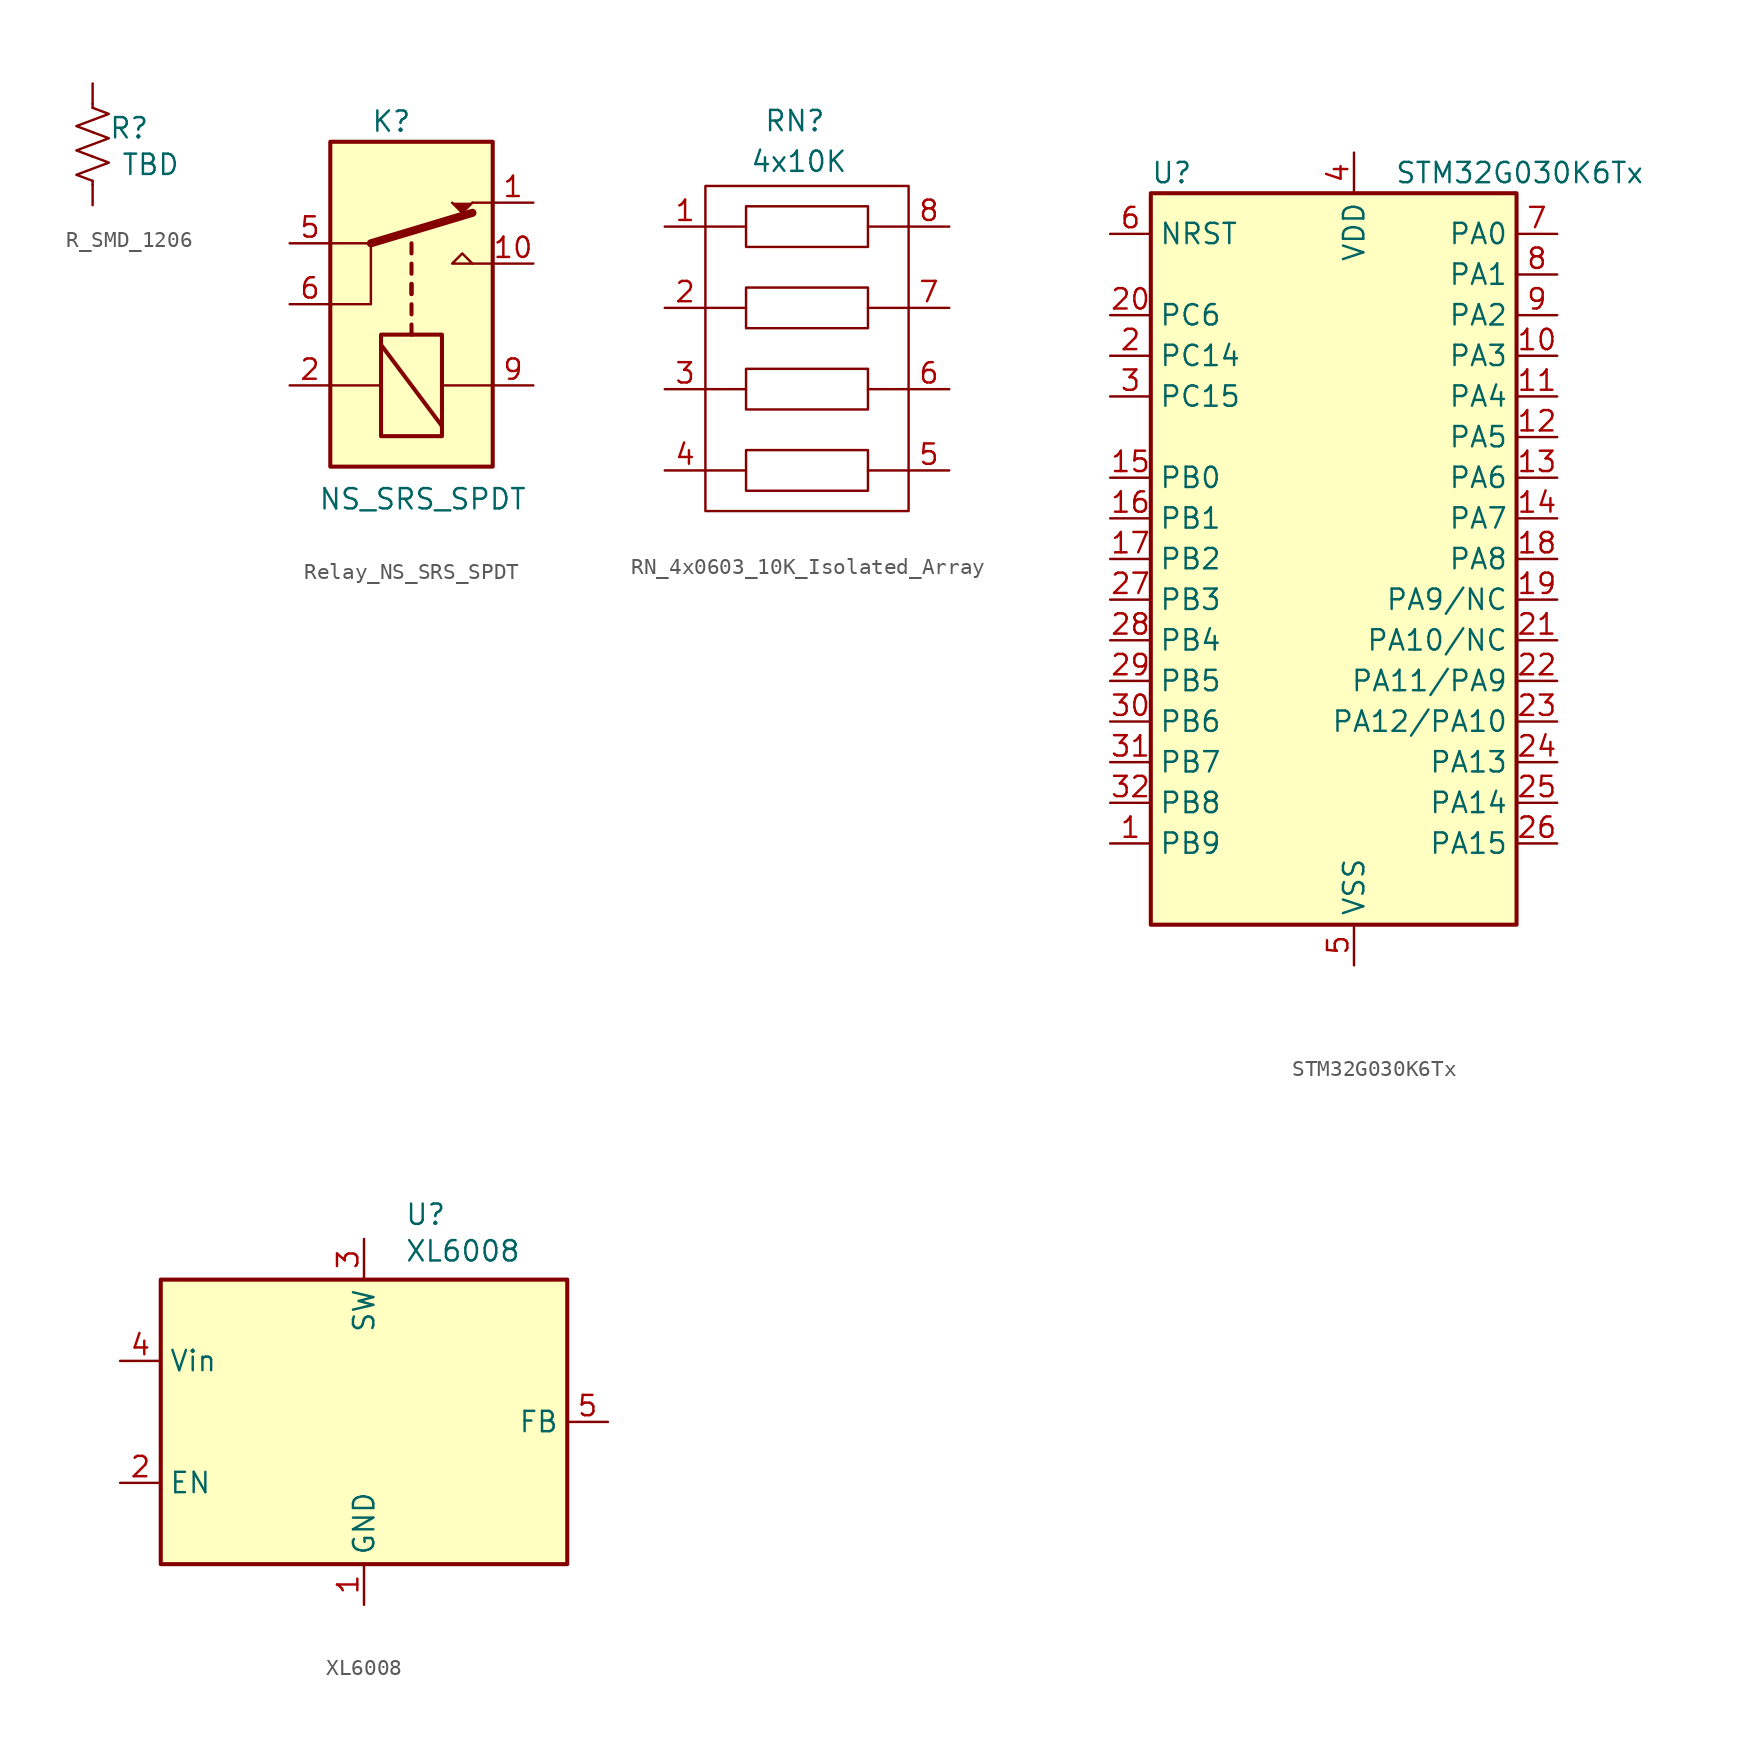
<source format=kicad_sym>
(kicad_symbol_lib
  (version 20241209)
  (generator "kicad_symbol_editor")
  (generator_version "9.0")
  (symbol "R_SMD_1206"
    (pin_numbers
      (hide yes))
    (pin_names
      (offset 0))
    (property "Reference" "R"
      (at 2.286 1.016 0)
      (effects (font (size 1.27 1.27))))
    (property "Value" "TBD"
      (at 1.778 -1.27 0)
      (effects (font (size 1.27 1.27)) (justify left)))
    (symbol "R_SMD_1206_0_1"
      (polyline (pts (xy 0 2.286) (xy 0 2.54)) (stroke (width 0) (type default)) (fill (type none)))
      (polyline (pts (xy 0 2.286) (xy 1.016 1.905) (xy 0 1.524) (xy -1.016 1.143) (xy 0 0.762)) (stroke (width 0) (type default)) (fill (type none)))
      (polyline (pts (xy 0 0.762) (xy 1.016 0.381) (xy 0 0) (xy -1.016 -0.381) (xy 0 -0.762)) (stroke (width 0) (type default)) (fill (type none)))
      (polyline (pts (xy 0 -0.762) (xy 1.016 -1.143) (xy 0 -1.524) (xy -1.016 -1.905) (xy 0 -2.286)) (stroke (width 0) (type default)) (fill (type none)))
      (polyline (pts (xy 0 -2.286) (xy 0 -2.54)) (stroke (width 0) (type default)) (fill (type none))))
    (symbol "R_SMD_1206_1_1"
      (pin passive line (at 0 3.81 270) (length 1.27) (name "~" (effects (font (size 1.27 1.27)))) (number "1" (effects (font (size 1.27 1.27)))))
      (pin passive line (at 0 -3.81 90) (length 1.27) (name "~" (effects (font (size 1.27 1.27)))) (number "2" (effects (font (size 1.27 1.27)))))))
  (symbol "Relay_NS_SRS_SPDT"
    (property "Reference" "K"
      (at 0 10.16 0)
      (effects (font (size 1.27 1.27)) (justify left)))
    (property "Value" "NS_SRS_SPDT"
      (at -3.302 -13.462 0)
      (effects (font (size 1.27 1.27)) (justify left)))
    (symbol "Relay_NS_SRS_SPDT_0_0"
      (polyline (pts (xy 6.35 5.08) (xy 7.62 5.08)) (stroke (width 0) (type default)) (fill (type none)))
      (polyline (pts (xy 6.35 1.27) (xy 7.62 1.27)) (stroke (width 0) (type default)) (fill (type none)))
      (polyline (pts (xy 6.35 1.27) (xy 5.08 1.27) (xy 5.715 1.905) (xy 6.35 1.27)) (stroke (width 0) (type default)) (fill (type none))))
    (symbol "Relay_NS_SRS_SPDT_0_1"
      (rectangle (start -2.54 8.89) (end 7.62 -11.43) (stroke (width 0.254) (type default)) (fill (type background)))
      (polyline (pts (xy -2.54 -1.27) (xy 0 -1.27) (xy 0 2.54)) (stroke (width 0) (type default)) (fill (type none)))
      (polyline (pts (xy -2.54 -6.35) (xy 0.635 -6.35)) (stroke (width 0) (type default)) (fill (type none)))
      (polyline (pts (xy 0 2.54) (xy -2.54 2.54)) (stroke (width 0) (type default)) (fill (type none)))
      (polyline (pts (xy 0 2.54) (xy 6.35 4.445)) (stroke (width 0.508) (type default)) (fill (type none)))
      (rectangle (start 0.635 -9.525) (end 4.445 -3.175) (stroke (width 0.254) (type default)) (fill (type none)))
      (polyline (pts (xy 2.54 1.905) (xy 2.54 2.54)) (stroke (width 0.254) (type default)) (fill (type none)))
      (polyline (pts (xy 2.54 0.635) (xy 2.54 1.27)) (stroke (width 0.254) (type default)) (fill (type none)))
      (polyline (pts (xy 2.54 -0.635) (xy 2.54 0)) (stroke (width 0.254) (type default)) (fill (type none)))
      (polyline (pts (xy 2.54 -0.635) (xy 2.54 0)) (stroke (width 0.254) (type default)) (fill (type none)))
      (polyline (pts (xy 2.54 -1.905) (xy 2.54 -1.27)) (stroke (width 0.254) (type default)) (fill (type none)))
      (polyline (pts (xy 2.54 -3.175) (xy 2.54 -2.54)) (stroke (width 0.254) (type default)) (fill (type none)))
      (polyline (pts (xy 4.445 -8.89) (xy 0.635 -3.81)) (stroke (width 0.254) (type default)) (fill (type none)))
      (polyline (pts (xy 5.08 5.08) (xy 5.715 4.445) (xy 6.35 5.08)) (stroke (width 0) (type default)) (fill (type outline)))
      (polyline (pts (xy 7.62 -6.35) (xy 4.445 -6.35)) (stroke (width 0) (type default)) (fill (type none))))
    (symbol "Relay_NS_SRS_SPDT_1_1"
      (pin passive line (at -5.08 2.54 0) (length 2.54) (name "~" (effects (font (size 1.27 1.27)))) (number "5" (effects (font (size 1.27 1.27)))))
      (pin passive line (at -5.08 -1.27 0) (length 2.54) (name "~" (effects (font (size 1.27 1.27)))) (number "6" (effects (font (size 1.27 1.27)))))
      (pin passive line (at -5.08 -6.35 0) (length 2.54) (name "~" (effects (font (size 1.27 1.27)))) (number "2" (effects (font (size 1.27 1.27)))))
      (pin passive line (at 10.16 5.08 180) (length 2.54) (name "~" (effects (font (size 1.27 1.27)))) (number "1" (effects (font (size 1.27 1.27)))))
      (pin passive line (at 10.16 1.27 180) (length 2.54) (name "~" (effects (font (size 1.27 1.27)))) (number "10" (effects (font (size 1.27 1.27)))))
      (pin passive line (at 10.16 -6.35 180) (length 2.54) (name "~" (effects (font (size 1.27 1.27)))) (number "9" (effects (font (size 1.27 1.27)))))))
  (symbol "RN_4x0603_10K_Isolated_Array"
    (pin_names
      (hide yes))
    (property "Reference" "RN"
      (at -4.572 21.844 0)
      (effects (font (size 1.27 1.27))))
    (property "Value" "4x10K"
      (at -4.318 19.304 0)
      (effects (font (size 1.27 1.27))))
    (symbol "RN_4x0603_10K_Isolated_Array_0_1"
      (rectangle (start -10.16 17.78) (end 2.54 -2.54) (stroke (width 0) (type default)) (fill (type none)))
      (rectangle (start -7.62 16.51) (end 0 13.97) (stroke (width 0) (type default)) (fill (type none)))
      (rectangle (start -7.62 15.24) (end -10.16 15.24) (stroke (width 0) (type default)) (fill (type none)))
      (rectangle (start -7.62 11.43) (end 0 8.89) (stroke (width 0) (type default)) (fill (type none)))
      (rectangle (start -7.62 10.16) (end -10.16 10.16) (stroke (width 0) (type default)) (fill (type none)))
      (rectangle (start -7.62 6.35) (end 0 3.81) (stroke (width 0) (type default)) (fill (type none)))
      (rectangle (start -7.62 5.08) (end -10.16 5.08) (stroke (width 0) (type default)) (fill (type none)))
      (rectangle (start -7.62 1.27) (end 0 -1.27) (stroke (width 0) (type default)) (fill (type none)))
      (rectangle (start -7.62 0) (end -10.16 0) (stroke (width 0) (type default)) (fill (type none)))
      (rectangle (start 0 15.24) (end 2.54 15.24) (stroke (width 0) (type default)) (fill (type none)))
      (rectangle (start 0 10.16) (end 2.54 10.16) (stroke (width 0) (type default)) (fill (type none)))
      (rectangle (start 0 5.08) (end 2.54 5.08) (stroke (width 0) (type default)) (fill (type none)))
      (rectangle (start 0 0) (end 2.54 0) (stroke (width 0) (type default)) (fill (type none))))
    (symbol "RN_4x0603_10K_Isolated_Array_1_1"
      (pin passive line (at -12.7 15.24 0) (length 2.54) (name "R1A" (effects (font (size 1.27 1.27)))) (number "1" (effects (font (size 1.27 1.27)))))
      (pin passive line (at -12.7 10.16 0) (length 2.54) (name "R2A" (effects (font (size 1.27 1.27)))) (number "2" (effects (font (size 1.27 1.27)))))
      (pin passive line (at -12.7 5.08 0) (length 2.54) (name "R3A" (effects (font (size 1.27 1.27)))) (number "3" (effects (font (size 1.27 1.27)))))
      (pin passive line (at -12.7 0 0) (length 2.54) (name "R4A" (effects (font (size 1.27 1.27)))) (number "4" (effects (font (size 1.27 1.27)))))
      (pin passive line (at 5.08 15.24 180) (length 2.54) (name "R1B" (effects (font (size 1.27 1.27)))) (number "8" (effects (font (size 1.27 1.27)))))
      (pin passive line (at 5.08 10.16 180) (length 2.54) (name "R2B" (effects (font (size 1.27 1.27)))) (number "7" (effects (font (size 1.27 1.27)))))
      (pin passive line (at 5.08 5.08 180) (length 2.54) (name "R3B" (effects (font (size 1.27 1.27)))) (number "6" (effects (font (size 1.27 1.27)))))
      (pin passive line (at 5.08 0 180) (length 2.54) (name "R4B" (effects (font (size 1.27 1.27)))) (number "5" (effects (font (size 1.27 1.27)))))))
  (symbol "STM32G030K6Tx"
    (property "Reference" "U"
      (at -10.16 24.13 0)
      (effects (font (size 1.27 1.27)) (justify left)))
    (property "Value" "STM32G030K6Tx"
      (at 5.08 24.13 0)
      (effects (font (size 1.27 1.27)) (justify left)))
    (property "ki_locked" ""
      (at 0 0 0)
      (effects (font (size 1.27 1.27))))
    (symbol "STM32G030K6Tx_0_1"
      (rectangle (start -10.16 -22.86) (end 12.7 22.86) (stroke (width 0.254) (type default)) (fill (type background))))
    (symbol "STM32G030K6Tx_1_1"
      (pin input line (at -12.7 20.32 0) (length 2.54) (name "NRST" (effects (font (size 1.27 1.27)))) (number "6" (effects (font (size 1.27 1.27)))))
      (pin bidirectional line (at -12.7 15.24 0) (length 2.54) (name "PC6" (effects (font (size 1.27 1.27)))) (number "20" (effects (font (size 1.27 1.27)))) (alternate "TIM3_CH1" bidirectional line))
      (pin bidirectional line (at -12.7 12.7 0) (length 2.54) (name "PC14" (effects (font (size 1.27 1.27)))) (number "2" (effects (font (size 1.27 1.27)))) (alternate "RCC_OSC32_IN" bidirectional line) (alternate "RCC_OSC_IN" bidirectional line) (alternate "TIM1_BK2" bidirectional line))
      (pin bidirectional line (at -12.7 10.16 0) (length 2.54) (name "PC15" (effects (font (size 1.27 1.27)))) (number "3" (effects (font (size 1.27 1.27)))) (alternate "RCC_OSC32_EN" bidirectional line) (alternate "RCC_OSC32_OUT" bidirectional line) (alternate "RCC_OSC_EN" bidirectional line))
      (pin bidirectional line (at -12.7 5.08 0) (length 2.54) (name "PB0" (effects (font (size 1.27 1.27)))) (number "15" (effects (font (size 1.27 1.27)))) (alternate "ADC1_IN8" bidirectional line) (alternate "I2S1_WS" bidirectional line) (alternate "SPI1_NSS" bidirectional line) (alternate "TIM1_CH2N" bidirectional line) (alternate "TIM3_CH3" bidirectional line))
      (pin bidirectional line (at -12.7 2.54 0) (length 2.54) (name "PB1" (effects (font (size 1.27 1.27)))) (number "16" (effects (font (size 1.27 1.27)))) (alternate "ADC1_IN9" bidirectional line) (alternate "TIM14_CH1" bidirectional line) (alternate "TIM1_CH3N" bidirectional line) (alternate "TIM3_CH4" bidirectional line))
      (pin bidirectional line (at -12.7 0 0) (length 2.54) (name "PB2" (effects (font (size 1.27 1.27)))) (number "17" (effects (font (size 1.27 1.27)))) (alternate "ADC1_IN10" bidirectional line) (alternate "SPI2_MISO" bidirectional line))
      (pin bidirectional line (at -12.7 -2.54 0) (length 2.54) (name "PB3" (effects (font (size 1.27 1.27)))) (number "27" (effects (font (size 1.27 1.27)))) (alternate "I2S1_CK" bidirectional line) (alternate "SPI1_SCK" bidirectional line) (alternate "TIM1_CH2" bidirectional line) (alternate "USART1_CK" bidirectional line) (alternate "USART1_DE" bidirectional line) (alternate "USART1_RTS" bidirectional line))
      (pin bidirectional line (at -12.7 -5.08 0) (length 2.54) (name "PB4" (effects (font (size 1.27 1.27)))) (number "28" (effects (font (size 1.27 1.27)))) (alternate "I2S1_MCK" bidirectional line) (alternate "SPI1_MISO" bidirectional line) (alternate "TIM17_BK" bidirectional line) (alternate "TIM3_CH1" bidirectional line) (alternate "USART1_CTS" bidirectional line) (alternate "USART1_NSS" bidirectional line))
      (pin bidirectional line (at -12.7 -7.62 0) (length 2.54) (name "PB5" (effects (font (size 1.27 1.27)))) (number "29" (effects (font (size 1.27 1.27)))) (alternate "I2C1_SMBA" bidirectional line) (alternate "I2S1_SD" bidirectional line) (alternate "SPI1_MOSI" bidirectional line) (alternate "SYS_WKUP6" bidirectional line) (alternate "TIM16_BK" bidirectional line) (alternate "TIM3_CH2" bidirectional line))
      (pin bidirectional line (at -12.7 -10.16 0) (length 2.54) (name "PB6" (effects (font (size 1.27 1.27)))) (number "30" (effects (font (size 1.27 1.27)))) (alternate "I2C1_SCL" bidirectional line) (alternate "SPI2_MISO" bidirectional line) (alternate "TIM16_CH1N" bidirectional line) (alternate "TIM1_CH3" bidirectional line) (alternate "USART1_TX" bidirectional line))
      (pin bidirectional line (at -12.7 -12.7 0) (length 2.54) (name "PB7" (effects (font (size 1.27 1.27)))) (number "31" (effects (font (size 1.27 1.27)))) (alternate "ADC1_IN11" bidirectional line) (alternate "I2C1_SDA" bidirectional line) (alternate "SPI2_MOSI" bidirectional line) (alternate "SYS_PVD_IN" bidirectional line) (alternate "TIM17_CH1N" bidirectional line) (alternate "USART1_RX" bidirectional line))
      (pin bidirectional line (at -12.7 -15.24 0) (length 2.54) (name "PB8" (effects (font (size 1.27 1.27)))) (number "32" (effects (font (size 1.27 1.27)))) (alternate "I2C1_SCL" bidirectional line) (alternate "SPI2_SCK" bidirectional line) (alternate "TIM16_CH1" bidirectional line))
      (pin bidirectional line (at -12.7 -17.78 0) (length 2.54) (name "PB9" (effects (font (size 1.27 1.27)))) (number "1" (effects (font (size 1.27 1.27)))) (alternate "I2C1_SDA" bidirectional line) (alternate "IR_OUT" bidirectional line) (alternate "SPI2_NSS" bidirectional line) (alternate "TIM17_CH1" bidirectional line))
      (pin power_in line (at 2.54 25.4 270) (length 2.54) (name "VDD" (effects (font (size 1.27 1.27)))) (number "4" (effects (font (size 1.27 1.27)))))
      (pin power_in line (at 2.54 -25.4 90) (length 2.54) (name "VSS" (effects (font (size 1.27 1.27)))) (number "5" (effects (font (size 1.27 1.27)))))
      (pin bidirectional line (at 15.24 20.32 180) (length 2.54) (name "PA0" (effects (font (size 1.27 1.27)))) (number "7" (effects (font (size 1.27 1.27)))) (alternate "ADC1_IN0" bidirectional line) (alternate "RTC_TAMP_IN2" bidirectional line) (alternate "SPI2_SCK" bidirectional line) (alternate "SYS_WKUP1" bidirectional line) (alternate "USART2_CTS" bidirectional line) (alternate "USART2_NSS" bidirectional line))
      (pin bidirectional line (at 15.24 17.78 180) (length 2.54) (name "PA1" (effects (font (size 1.27 1.27)))) (number "8" (effects (font (size 1.27 1.27)))) (alternate "ADC1_IN1" bidirectional line) (alternate "I2C1_SMBA" bidirectional line) (alternate "I2S1_CK" bidirectional line) (alternate "SPI1_SCK" bidirectional line) (alternate "USART2_CK" bidirectional line) (alternate "USART2_DE" bidirectional line) (alternate "USART2_RTS" bidirectional line))
      (pin bidirectional line (at 15.24 15.24 180) (length 2.54) (name "PA2" (effects (font (size 1.27 1.27)))) (number "9" (effects (font (size 1.27 1.27)))) (alternate "ADC1_IN2" bidirectional line) (alternate "I2S1_SD" bidirectional line) (alternate "RCC_LSCO" bidirectional line) (alternate "SPI1_MOSI" bidirectional line) (alternate "SYS_WKUP4" bidirectional line) (alternate "USART2_TX" bidirectional line))
      (pin bidirectional line (at 15.24 12.7 180) (length 2.54) (name "PA3" (effects (font (size 1.27 1.27)))) (number "10" (effects (font (size 1.27 1.27)))) (alternate "ADC1_IN3" bidirectional line) (alternate "SPI2_MISO" bidirectional line) (alternate "USART2_RX" bidirectional line))
      (pin bidirectional line (at 15.24 10.16 180) (length 2.54) (name "PA4" (effects (font (size 1.27 1.27)))) (number "11" (effects (font (size 1.27 1.27)))) (alternate "ADC1_IN4" bidirectional line) (alternate "I2S1_WS" bidirectional line) (alternate "RTC_OUT_ALARM" bidirectional line) (alternate "RTC_OUT_CALIB" bidirectional line) (alternate "RTC_TAMP_IN1" bidirectional line) (alternate "RTC_TS" bidirectional line) (alternate "SPI1_NSS" bidirectional line) (alternate "SPI2_MOSI" bidirectional line) (alternate "SYS_WKUP2" bidirectional line) (alternate "TIM14_CH1" bidirectional line))
      (pin bidirectional line (at 15.24 7.62 180) (length 2.54) (name "PA5" (effects (font (size 1.27 1.27)))) (number "12" (effects (font (size 1.27 1.27)))) (alternate "ADC1_IN5" bidirectional line) (alternate "I2S1_CK" bidirectional line) (alternate "SPI1_SCK" bidirectional line))
      (pin bidirectional line (at 15.24 5.08 180) (length 2.54) (name "PA6" (effects (font (size 1.27 1.27)))) (number "13" (effects (font (size 1.27 1.27)))) (alternate "ADC1_IN6" bidirectional line) (alternate "I2S1_MCK" bidirectional line) (alternate "SPI1_MISO" bidirectional line) (alternate "TIM16_CH1" bidirectional line) (alternate "TIM1_BK" bidirectional line) (alternate "TIM3_CH1" bidirectional line))
      (pin bidirectional line (at 15.24 2.54 180) (length 2.54) (name "PA7" (effects (font (size 1.27 1.27)))) (number "14" (effects (font (size 1.27 1.27)))) (alternate "ADC1_IN7" bidirectional line) (alternate "I2S1_SD" bidirectional line) (alternate "SPI1_MOSI" bidirectional line) (alternate "TIM14_CH1" bidirectional line) (alternate "TIM17_CH1" bidirectional line) (alternate "TIM1_CH1N" bidirectional line) (alternate "TIM3_CH2" bidirectional line))
      (pin bidirectional line (at 15.24 0 180) (length 2.54) (name "PA8" (effects (font (size 1.27 1.27)))) (number "18" (effects (font (size 1.27 1.27)))) (alternate "RCC_MCO" bidirectional line) (alternate "SPI2_NSS" bidirectional line) (alternate "TIM1_CH1" bidirectional line))
      (pin bidirectional line (at 15.24 -2.54 180) (length 2.54) (name "PA9/NC" (effects (font (size 1.27 1.27)))) (number "19" (effects (font (size 1.27 1.27)))) (alternate "I2C1_SCL" bidirectional line) (alternate "RCC_MCO" bidirectional line) (alternate "SPI2_MISO" bidirectional line) (alternate "TIM1_CH2" bidirectional line) (alternate "USART1_TX" bidirectional line))
      (pin bidirectional line (at 15.24 -5.08 180) (length 2.54) (name "PA10/NC" (effects (font (size 1.27 1.27)))) (number "21" (effects (font (size 1.27 1.27)))) (alternate "I2C1_SDA" bidirectional line) (alternate "SPI2_MOSI" bidirectional line) (alternate "TIM17_BK" bidirectional line) (alternate "TIM1_CH3" bidirectional line) (alternate "USART1_RX" bidirectional line))
      (pin bidirectional line (at 15.24 -7.62 180) (length 2.54) (name "PA11/PA9" (effects (font (size 1.27 1.27)))) (number "22" (effects (font (size 1.27 1.27)))) (alternate "ADC1_EXTI11" bidirectional line) (alternate "ADC1_IN15" bidirectional line) (alternate "I2C2_SCL" bidirectional line) (alternate "I2S1_MCK" bidirectional line) (alternate "SPI1_MISO" bidirectional line) (alternate "TIM1_BK2" bidirectional line) (alternate "TIM1_CH4" bidirectional line) (alternate "USART1_CTS" bidirectional line) (alternate "USART1_NSS" bidirectional line))
      (pin bidirectional line (at 15.24 -10.16 180) (length 2.54) (name "PA12/PA10" (effects (font (size 1.27 1.27)))) (number "23" (effects (font (size 1.27 1.27)))) (alternate "ADC1_IN16" bidirectional line) (alternate "I2C2_SDA" bidirectional line) (alternate "I2S1_SD" bidirectional line) (alternate "I2S_CKIN" bidirectional line) (alternate "SPI1_MOSI" bidirectional line) (alternate "TIM1_ETR" bidirectional line) (alternate "USART1_CK" bidirectional line) (alternate "USART1_DE" bidirectional line) (alternate "USART1_RTS" bidirectional line))
      (pin bidirectional line (at 15.24 -12.7 180) (length 2.54) (name "PA13" (effects (font (size 1.27 1.27)))) (number "24" (effects (font (size 1.27 1.27)))) (alternate "ADC1_IN17" bidirectional line) (alternate "IR_OUT" bidirectional line) (alternate "SYS_SWDIO" bidirectional line))
      (pin bidirectional line (at 15.24 -15.24 180) (length 2.54) (name "PA14" (effects (font (size 1.27 1.27)))) (number "25" (effects (font (size 1.27 1.27)))) (alternate "ADC1_IN18" bidirectional line) (alternate "SYS_SWCLK" bidirectional line) (alternate "USART2_TX" bidirectional line))
      (pin bidirectional line (at 15.24 -17.78 180) (length 2.54) (name "PA15" (effects (font (size 1.27 1.27)))) (number "26" (effects (font (size 1.27 1.27)))) (alternate "I2S1_WS" bidirectional line) (alternate "SPI1_NSS" bidirectional line) (alternate "USART2_RX" bidirectional line))))
  (symbol "XL6008"
    (property "Reference" "U"
      (at 17.78 9.144 0)
      (effects (font (size 1.27 1.27)) (justify left)))
    (property "Value" "XL6008"
      (at 17.78 6.858 0)
      (effects (font (size 1.27 1.27)) (justify left)))
    (symbol "XL6008_0_1"
      (rectangle (start 2.54 5.08) (end 27.94 -12.7) (stroke (width 0.254) (type default)) (fill (type background))))
    (symbol "XL6008_1_1"
      (pin power_in line (at 0 0 0) (length 2.54) (name "Vin" (effects (font (size 1.27 1.27)))) (number "4" (effects (font (size 1.27 1.27)))))
      (pin input line (at 0 -7.62 0) (length 2.54) (name "EN" (effects (font (size 1.27 1.27)))) (number "2" (effects (font (size 1.27 1.27)))))
      (pin input line (at 15.24 7.62 270) (length 2.54) (name "SW" (effects (font (size 1.27 1.27)))) (number "3" (effects (font (size 1.27 1.27)))))
      (pin power_in line (at 15.24 -15.24 90) (length 2.54) (name "GND" (effects (font (size 1.27 1.27)))) (number "1" (effects (font (size 1.27 1.27)))))
      (pin input line (at 30.48 -3.81 180) (length 2.54) (name "FB" (effects (font (size 1.27 1.27)))) (number "5" (effects (font (size 1.27 1.27))))))))
</source>
